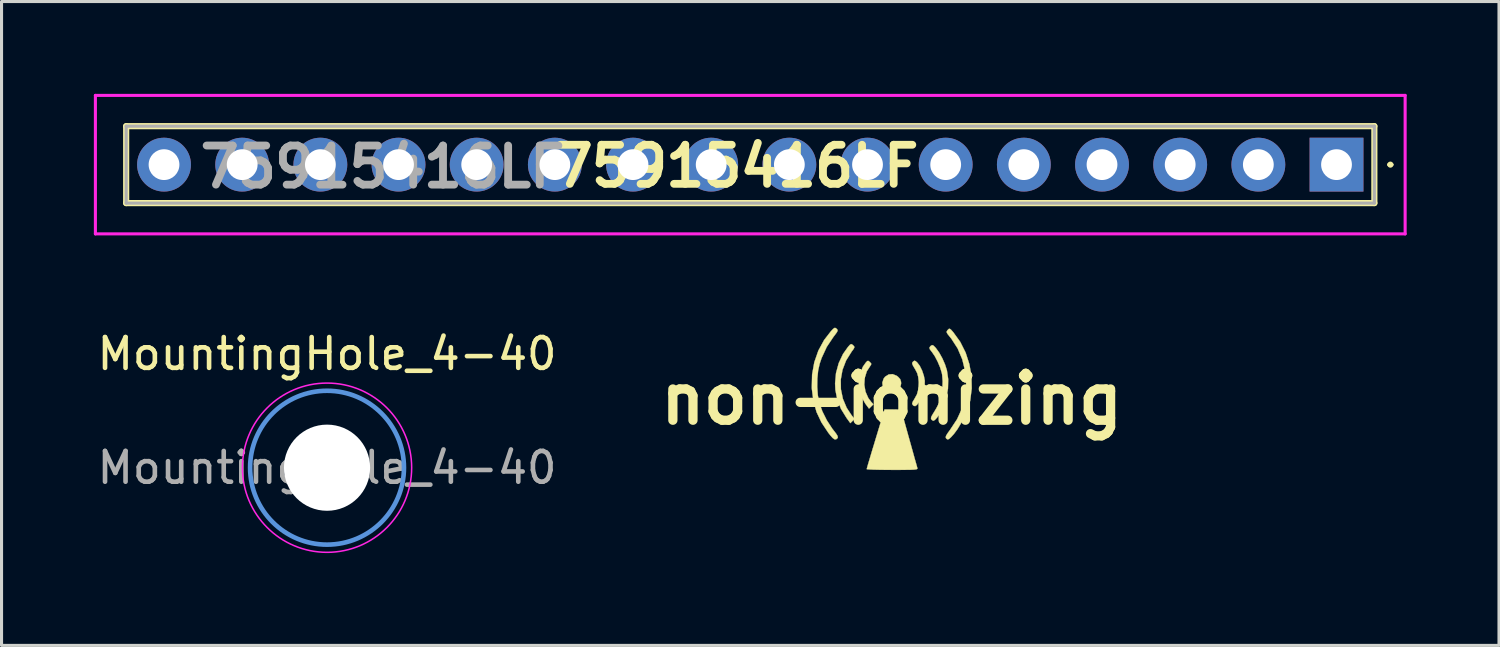
<source format=kicad_pcb>
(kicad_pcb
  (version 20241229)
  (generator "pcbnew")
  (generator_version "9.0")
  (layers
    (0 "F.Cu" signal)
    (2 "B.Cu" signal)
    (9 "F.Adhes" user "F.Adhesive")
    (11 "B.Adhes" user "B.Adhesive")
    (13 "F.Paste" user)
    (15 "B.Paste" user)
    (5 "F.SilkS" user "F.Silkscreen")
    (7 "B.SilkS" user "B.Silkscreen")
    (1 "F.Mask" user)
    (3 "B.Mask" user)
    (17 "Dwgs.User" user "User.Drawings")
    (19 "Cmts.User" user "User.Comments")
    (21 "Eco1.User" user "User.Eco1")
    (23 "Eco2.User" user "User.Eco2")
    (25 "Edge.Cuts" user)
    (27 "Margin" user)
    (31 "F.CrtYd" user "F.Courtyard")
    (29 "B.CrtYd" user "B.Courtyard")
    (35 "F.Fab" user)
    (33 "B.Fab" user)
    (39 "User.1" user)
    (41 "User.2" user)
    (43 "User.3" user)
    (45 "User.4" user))
  (footprint "75915416LF"
    (layer "F.Cu")
    (at 40.38 2.3)
    (property "Reference" "75915416LF" (at -19.5 0.05 0) (layer "F.SilkS") (effects (font (size 1.27 1.27) (thickness 0.254))))
    (attr through_hole)
    (fp_line (start -39.33 -1.25) (end 1.23 -1.25) (stroke (width 0.2) (type solid)) (layer "F.SilkS"))
    (fp_line (start -39.33 1.25) (end -39.33 -1.25) (stroke (width 0.2) (type solid)) (layer "F.SilkS"))
    (fp_line (start 1.23 -1.25) (end 1.23 1.25) (stroke (width 0.2) (type solid)) (layer "F.SilkS"))
    (fp_line (start 1.23 1.25) (end -39.33 1.25) (stroke (width 0.2) (type solid)) (layer "F.SilkS"))
    (fp_line (start 1.7 0) (end 1.7 0) (stroke (width 0.1) (type solid)) (layer "F.SilkS"))
    (fp_line (start 1.8 0) (end 1.8 0) (stroke (width 0.1) (type solid)) (layer "F.SilkS"))
    (fp_arc (start 1.7 0) (mid 1.75 -0.05) (end 1.8 0) (stroke (width 0.1) (type solid)) (layer "F.SilkS"))
    (fp_arc (start 1.8 0) (mid 1.75 0.05) (end 1.7 0) (stroke (width 0.1) (type solid)) (layer "F.SilkS"))
    (fp_line (start -40.33 -2.25) (end 2.23 -2.25) (stroke (width 0.1) (type solid)) (layer "F.CrtYd"))
    (fp_line (start -40.33 2.25) (end -40.33 -2.25) (stroke (width 0.1) (type solid)) (layer "F.CrtYd"))
    (fp_line (start 2.23 -2.25) (end 2.23 2.25) (stroke (width 0.1) (type solid)) (layer "F.CrtYd"))
    (fp_line (start 2.23 2.25) (end -40.33 2.25) (stroke (width 0.1) (type solid)) (layer "F.CrtYd"))
    (fp_line (start -39.33 -1.25) (end 1.23 -1.25) (stroke (width 0.1) (type solid)) (layer "F.Fab"))
    (fp_line (start -39.33 1.25) (end -39.33 -1.25) (stroke (width 0.1) (type solid)) (layer "F.Fab"))
    (fp_line (start 1.23 -1.25) (end 1.23 1.25) (stroke (width 0.1) (type solid)) (layer "F.Fab"))
    (fp_line (start 1.23 1.25) (end -39.33 1.25) (stroke (width 0.1) (type solid)) (layer "F.Fab"))
    (fp_text user "${REFERENCE}" (at -31 0.075 0) (layer "F.Fab") (effects (font (size 1.27 1.27) (thickness 0.254))))
    (pad "1" thru_hole rect (at 0 0) (size 1.75 1.75) (drill 1) (layers "*.Cu" "*.Mask"))
    (pad "2" thru_hole circle (at -2.54 0) (size 1.75 1.75) (drill 1) (layers "*.Cu" "*.Mask"))
    (pad "3" thru_hole circle (at -5.08 0) (size 1.75 1.75) (drill 1) (layers "*.Cu" "*.Mask"))
    (pad "4" thru_hole circle (at -7.62 0) (size 1.75 1.75) (drill 1) (layers "*.Cu" "*.Mask"))
    (pad "5" thru_hole circle (at -10.16 0) (size 1.75 1.75) (drill 1) (layers "*.Cu" "*.Mask"))
    (pad "6" thru_hole circle (at -12.7 0) (size 1.75 1.75) (drill 1) (layers "*.Cu" "*.Mask"))
    (pad "7" thru_hole circle (at -15.24 0) (size 1.75 1.75) (drill 1) (layers "*.Cu" "*.Mask"))
    (pad "8" thru_hole circle (at -17.78 0) (size 1.75 1.75) (drill 1) (layers "*.Cu" "*.Mask"))
    (pad "9" thru_hole circle (at -20.32 0) (size 1.75 1.75) (drill 1) (layers "*.Cu" "*.Mask"))
    (pad "10" thru_hole circle (at -22.86 0) (size 1.75 1.75) (drill 1) (layers "*.Cu" "*.Mask"))
    (pad "11" thru_hole circle (at -25.4 0) (size 1.75 1.75) (drill 1) (layers "*.Cu" "*.Mask"))
    (pad "12" thru_hole circle (at -27.94 0) (size 1.75 1.75) (drill 1) (layers "*.Cu" "*.Mask"))
    (pad "13" thru_hole circle (at -30.48 0) (size 1.75 1.75) (drill 1) (layers "*.Cu" "*.Mask"))
    (pad "14" thru_hole circle (at -33.02 0) (size 1.75 1.75) (drill 1) (layers "*.Cu" "*.Mask"))
    (pad "15" thru_hole circle (at -35.56 0) (size 1.75 1.75) (drill 1) (layers "*.Cu" "*.Mask"))
    (pad "16" thru_hole circle (at -38.1 0) (size 1.75 1.75) (drill 1) (layers "*.Cu" "*.Mask")))
  (footprint "MountingHole_4-40"
    (layer "F.Cu")
    (at 7.577 12.148)
    (property "Reference" "MountingHole_4-40" (at 0 -3.7 0) (layer "F.SilkS") (effects (font (size 1 1) (thickness 0.15))))
    (attr exclude_from_pos_files exclude_from_bom)
    (fp_circle (center 0 0) (end 2.5 0) (stroke (width 0.15) (type solid)) (fill no) (layer "Cmts.User"))
    (fp_circle (center 0 0) (end 2.75 0) (stroke (width 0.05) (type solid)) (fill no) (layer "F.CrtYd"))
    (fp_text user "${REFERENCE}" (at 0 0 0) (layer "F.Fab") (effects (font (size 1 1) (thickness 0.15))))
    (pad "" np_thru_hole circle (at 0 0) (size 2.8 2.8) (drill 2.8) (layers "*.Cu" "*.Mask")))
  (footprint "non-ionizing"
    (layer "F.Cu")
    (at 25.927 9.916)
    (property "Reference" "non-ionizing" (at 0 0 0) (layer "F.SilkS") (effects (font (size 1.524 1.524) (thickness 0.3))))
    (attr through_hole)
    (fp_poly (pts (xy 0.16 -0.756) (xy 0.201 -0.725) (xy 0.274 -0.647) (xy 0.302 -0.56) (xy 0.305 -0.503) (xy 0.277 -0.362) (xy 0.198 -0.262) (xy 0.073 -0.21) (xy 0 -0.203) (xy -0.122 -0.22) (xy -0.215 -0.28) (xy -0.222 -0.286) (xy -0.292 -0.4) (xy -0.306 -0.531) (xy -0.265 -0.659) (xy -0.216 -0.724) (xy -0.099 -0.798) (xy 0.029 -0.809) (xy 0.16 -0.756)) (stroke (width 0.01) (type solid)) (fill yes) (layer "F.SilkS"))
    (fp_poly (pts (xy -0.71 -1.201) (xy -0.666 -1.15) (xy -0.673 -1.109) (xy -0.69 -1.087) (xy -0.81 -0.901) (xy -0.877 -0.688) (xy -0.891 -0.463) (xy -0.853 -0.24) (xy -0.762 -0.033) (xy -0.667 0.094) (xy -0.596 0.171) (xy -0.738 0.313) (xy -0.86 0.148) (xy -0.989 -0.078) (xy -1.06 -0.323) (xy -1.075 -0.575) (xy -1.034 -0.822) (xy -0.937 -1.05) (xy -0.845 -1.181) (xy -0.795 -1.235) (xy -0.758 -1.239) (xy -0.71 -1.201)) (stroke (width 0.01) (type solid)) (fill yes) (layer "F.SilkS"))
    (fp_poly (pts (xy -1.283 -1.77) (xy -1.256 -1.747) (xy -1.221 -1.711) (xy -1.214 -1.677) (xy -1.239 -1.627) (xy -1.301 -1.543) (xy -1.308 -1.533) (xy -1.484 -1.25) (xy -1.6 -0.948) (xy -1.656 -0.634) (xy -1.652 -0.318) (xy -1.588 -0.008) (xy -1.464 0.287) (xy -1.311 0.519) (xy -1.209 0.649) (xy -1.345 0.784) (xy -1.464 0.621) (xy -1.648 0.324) (xy -1.769 0.023) (xy -1.831 -0.295) (xy -1.841 -0.508) (xy -1.811 -0.843) (xy -1.723 -1.166) (xy -1.583 -1.464) (xy -1.422 -1.691) (xy -1.359 -1.761) (xy -1.319 -1.785) (xy -1.283 -1.77)) (stroke (width 0.01) (type solid)) (fill yes) (layer "F.SilkS"))
    (fp_poly (pts (xy 0.774 -1.233) (xy 0.826 -1.189) (xy 0.911 -1.078) (xy 0.987 -0.924) (xy 1.045 -0.749) (xy 1.074 -0.594) (xy 1.067 -0.377) (xy 1.009 -0.148) (xy 0.907 0.068) (xy 0.891 0.093) (xy 0.818 0.192) (xy 0.76 0.232) (xy 0.708 0.217) (xy 0.68 0.19) (xy 0.663 0.145) (xy 0.685 0.082) (xy 0.725 0.019) (xy 0.819 -0.151) (xy 0.867 -0.326) (xy 0.877 -0.532) (xy 0.875 -0.575) (xy 0.859 -0.725) (xy 0.826 -0.842) (xy 0.764 -0.962) (xy 0.751 -0.983) (xy 0.691 -1.084) (xy 0.665 -1.145) (xy 0.669 -1.185) (xy 0.692 -1.214) (xy 0.733 -1.244) (xy 0.774 -1.233)) (stroke (width 0.01) (type solid)) (fill yes) (layer "F.SilkS"))
    (fp_poly (pts (xy -1.824 -2.308) (xy -1.792 -2.284) (xy -1.764 -2.253) (xy -1.759 -2.219) (xy -1.783 -2.169) (xy -1.841 -2.089) (xy -1.894 -2.02) (xy -2.111 -1.695) (xy -2.279 -1.332) (xy -2.341 -1.15) (xy -2.391 -0.928) (xy -2.417 -0.667) (xy -2.421 -0.392) (xy -2.402 -0.127) (xy -2.359 0.102) (xy -2.256 0.397) (xy -2.108 0.694) (xy -1.931 0.965) (xy -1.893 1.014) (xy -1.807 1.125) (xy -1.762 1.198) (xy -1.751 1.246) (xy -1.763 1.273) (xy -1.809 1.311) (xy -1.858 1.31) (xy -1.92 1.265) (xy -2.004 1.17) (xy -2.064 1.092) (xy -2.284 0.761) (xy -2.443 0.425) (xy -2.544 0.07) (xy -2.595 -0.319) (xy -2.598 -0.376) (xy -2.588 -0.795) (xy -2.516 -1.196) (xy -2.385 -1.572) (xy -2.196 -1.919) (xy -1.978 -2.2) (xy -1.905 -2.278) (xy -1.859 -2.311) (xy -1.824 -2.308)) (stroke (width 0.01) (type solid)) (fill yes) (layer "F.SilkS"))
    (fp_poly (pts (xy 1.354 -1.738) (xy 1.413 -1.68) (xy 1.439 -1.65) (xy 1.543 -1.505) (xy 1.645 -1.321) (xy 1.732 -1.122) (xy 1.792 -0.935) (xy 1.793 -0.931) (xy 1.835 -0.644) (xy 1.828 -0.342) (xy 1.778 -0.041) (xy 1.686 0.241) (xy 1.557 0.49) (xy 1.472 0.605) (xy 1.401 0.681) (xy 1.352 0.707) (xy 1.31 0.686) (xy 1.289 0.663) (xy 1.274 0.624) (xy 1.29 0.567) (xy 1.342 0.476) (xy 1.371 0.431) (xy 1.451 0.297) (xy 1.526 0.15) (xy 1.563 0.065) (xy 1.615 -0.124) (xy 1.646 -0.348) (xy 1.654 -0.579) (xy 1.638 -0.787) (xy 1.626 -0.851) (xy 1.572 -1.026) (xy 1.492 -1.214) (xy 1.401 -1.389) (xy 1.309 -1.524) (xy 1.304 -1.53) (xy 1.241 -1.612) (xy 1.224 -1.664) (xy 1.249 -1.708) (xy 1.274 -1.731) (xy 1.313 -1.752) (xy 1.354 -1.738)) (stroke (width 0.01) (type solid)) (fill yes) (layer "F.SilkS"))
    (fp_poly (pts (xy 1.931 -2.248) (xy 2 -2.169) (xy 2.226 -1.857) (xy 2.401 -1.508) (xy 2.523 -1.132) (xy 2.591 -0.741) (xy 2.6 -0.345) (xy 2.55 0.046) (xy 2.525 0.152) (xy 2.461 0.345) (xy 2.368 0.561) (xy 2.257 0.778) (xy 2.139 0.975) (xy 2.025 1.13) (xy 2.014 1.143) (xy 1.922 1.244) (xy 1.861 1.299) (xy 1.819 1.314) (xy 1.784 1.296) (xy 1.764 1.273) (xy 1.753 1.239) (xy 1.77 1.185) (xy 1.823 1.101) (xy 1.901 0.994) (xy 2.124 0.655) (xy 2.282 0.309) (xy 2.379 -0.052) (xy 2.416 -0.437) (xy 2.417 -0.508) (xy 2.385 -0.908) (xy 2.292 -1.289) (xy 2.142 -1.643) (xy 1.936 -1.962) (xy 1.895 -2.012) (xy 1.822 -2.103) (xy 1.788 -2.159) (xy 1.786 -2.197) (xy 1.811 -2.235) (xy 1.819 -2.243) (xy 1.856 -2.279) (xy 1.888 -2.282) (xy 1.931 -2.248)) (stroke (width 0.01) (type solid)) (fill yes) (layer "F.SilkS"))
    (fp_poly (pts (xy 0.17 0.341) (xy 0.254 0.35) (xy 0.299 0.368) (xy 0.318 0.398) (xy 0.318 0.398) (xy 0.331 0.446) (xy 0.36 0.549) (xy 0.402 0.699) (xy 0.454 0.887) (xy 0.514 1.103) (xy 0.575 1.321) (xy 0.64 1.554) (xy 0.7 1.769) (xy 0.751 1.954) (xy 0.793 2.101) (xy 0.821 2.201) (xy 0.833 2.244) (xy 0.835 2.262) (xy 0.822 2.276) (xy 0.788 2.287) (xy 0.724 2.294) (xy 0.623 2.299) (xy 0.477 2.301) (xy 0.278 2.303) (xy 0.02 2.303) (xy 0.019 2.303) (xy -0.21 2.302) (xy -0.415 2.299) (xy -0.587 2.295) (xy -0.716 2.289) (xy -0.794 2.283) (xy -0.813 2.278) (xy -0.803 2.239) (xy -0.777 2.145) (xy -0.736 2.007) (xy -0.684 1.832) (xy -0.624 1.631) (xy -0.596 1.541) (xy -0.528 1.315) (xy -0.461 1.094) (xy -0.4 0.892) (xy -0.349 0.724) (xy -0.313 0.604) (xy -0.307 0.584) (xy -0.234 0.339) (xy 0.033 0.339) (xy 0.17 0.341)) (stroke (width 0.01) (type solid)) (fill yes) (layer "F.SilkS")))
  (gr_rect
    (start -3 -3)
    (end 45.66 17.923)
    (stroke (width 0.1) (type default))
    (fill no)
    (layer "Edge.Cuts")))
</source>
